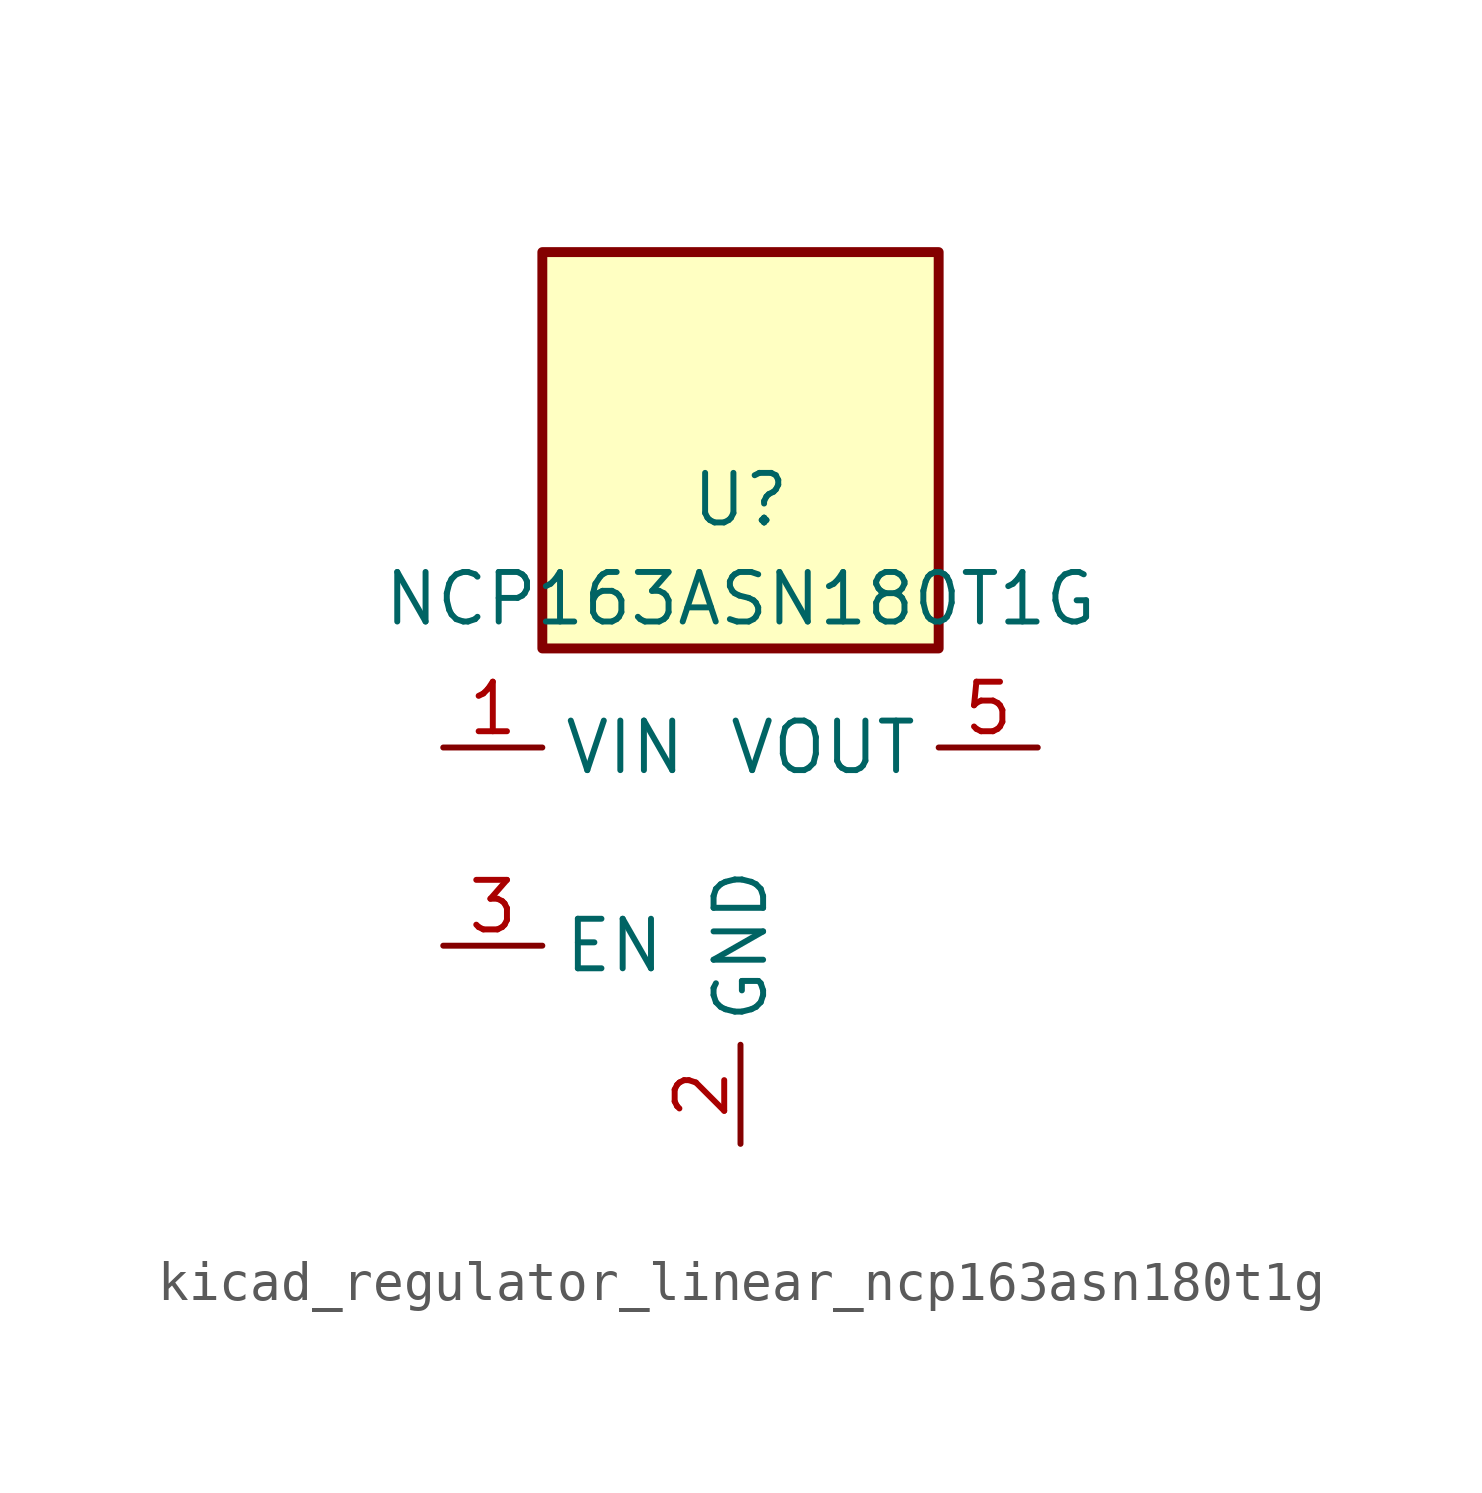
<source format=kicad_sym>
(kicad_symbol_lib
  (version 20220914)
  (generator kicad_symbol_editor)
  (symbol "kicad_regulator_linear_ncp163asn180t1g"
    (property "Reference" "U"
      (at 0 8.89 0)
      (effects (font (size 1.27 1.27))))
    (property "Value" "NCP163ASN180T1G"
      (at 0 6.35 0)
      (effects (font (size 1.27 1.27))))
    (symbol "kicad_regulator_linear_ncp163asn180t1g_0_1"
      (rectangle (start 5.08 15.24) (end -5.08 5.08) (stroke (width 0.254) (type default)) (fill (type background))))
    (symbol "kicad_regulator_linear_ncp163asn180t1g_1_1"
      (pin power_in line (at -7.62 2.54 0) (length 2.54) (name "VIN" (effects (font (size 1.27 1.27)))) (number "1" (effects (font (size 1.27 1.27)))))
      (pin power_in line (at 0 -7.62 90) (length 2.54) (name "GND" (effects (font (size 1.27 1.27)))) (number "2" (effects (font (size 1.27 1.27)))))
      (pin input line (at -7.62 -2.54 0) (length 2.54) (name "EN" (effects (font (size 1.27 1.27)))) (number "3" (effects (font (size 1.27 1.27)))))
      (pin no_connect line (at 5.08 -2.54 180) (length 2.54) hide (name "NC" (effects (font (size 1.27 1.27)))) (number "4" (effects (font (size 1.27 1.27)))))
      (pin power_out line (at 7.62 2.54 180) (length 2.54) (name "VOUT" (effects (font (size 1.27 1.27)))) (number "5" (effects (font (size 1.27 1.27))))))))
</source>
